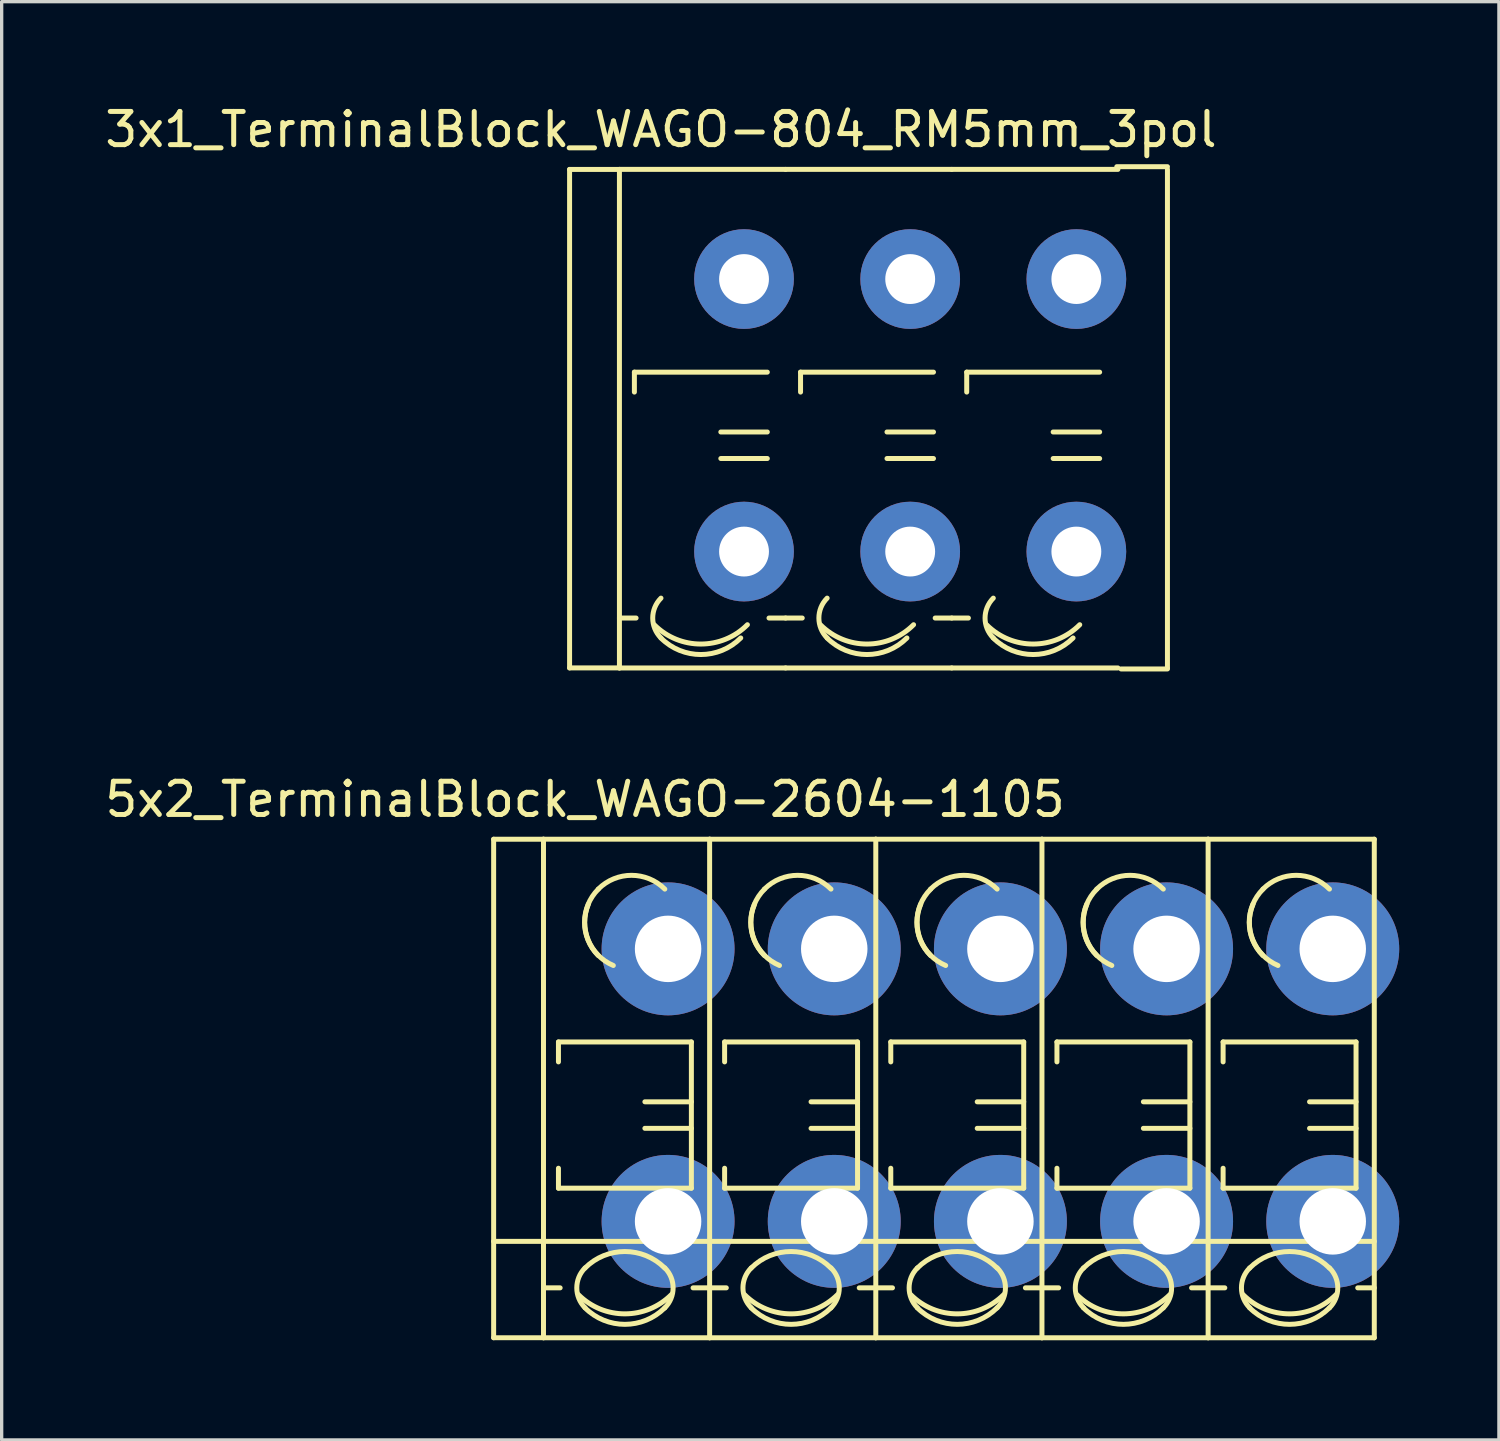
<source format=kicad_pcb>
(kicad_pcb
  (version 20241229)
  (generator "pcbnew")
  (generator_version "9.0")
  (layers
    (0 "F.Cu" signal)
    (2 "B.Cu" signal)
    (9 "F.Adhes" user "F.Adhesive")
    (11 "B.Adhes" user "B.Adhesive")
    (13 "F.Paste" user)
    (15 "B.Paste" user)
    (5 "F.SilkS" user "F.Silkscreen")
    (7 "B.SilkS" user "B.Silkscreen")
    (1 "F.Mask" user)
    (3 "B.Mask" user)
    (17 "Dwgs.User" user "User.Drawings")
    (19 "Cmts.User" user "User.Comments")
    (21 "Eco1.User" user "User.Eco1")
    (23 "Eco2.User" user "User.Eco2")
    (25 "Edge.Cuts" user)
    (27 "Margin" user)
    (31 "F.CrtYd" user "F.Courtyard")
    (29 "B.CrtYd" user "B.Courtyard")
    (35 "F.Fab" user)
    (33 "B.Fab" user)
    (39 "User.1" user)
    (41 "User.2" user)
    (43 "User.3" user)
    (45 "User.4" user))
  (footprint "5x2_TerminalBlock_WAGO-2604-1105"
    (layer "F.Cu")
    (at 14.554 30.503)
    (property "Reference" "5x2_TerminalBlock_WAGO-2604-1105" (at 0 -9.5 0) (layer "F.SilkS") (effects (font (size 1 1) (thickness 0.15))))
    (attr through_hole)
    (fp_line (start -2.75 -8.3) (end -1.25 -8.3) (stroke (width 0.15) (type solid)) (layer "F.SilkS"))
    (fp_line (start -2.75 6.7) (end -2.75 -8.3) (stroke (width 0.15) (type solid)) (layer "F.SilkS"))
    (fp_line (start -1.25 6.7) (end -2.75 6.7) (stroke (width 0.15) (type solid)) (layer "F.SilkS"))
    (fp_line (start -1.25 5.199) (end -0.749 5.199) (stroke (width 0.15) (type solid)) (layer "F.SilkS"))
    (fp_line (start -1.25 6.701) (end -1.25 -8.301) (stroke (width 0.15) (type solid)) (layer "F.SilkS"))
    (fp_line (start -0.8 -2.2) (end -0.8 -1.6) (stroke (width 0.15) (type solid)) (layer "F.SilkS"))
    (fp_line (start -0.8 -2.2) (end 3.2 -2.2) (stroke (width 0.15) (type solid)) (layer "F.SilkS"))
    (fp_line (start -0.8 2.2) (end -0.8 1.6) (stroke (width 0.15) (type solid)) (layer "F.SilkS"))
    (fp_line (start 3.2 -2.2) (end 3.2 2.2) (stroke (width 0.15) (type solid)) (layer "F.SilkS"))
    (fp_line (start 3.2 -0.399) (end 1.801 -0.399) (stroke (width 0.15) (type solid)) (layer "F.SilkS"))
    (fp_line (start 3.2 0.399) (end 1.801 0.399) (stroke (width 0.15) (type solid)) (layer "F.SilkS"))
    (fp_line (start 3.2 2.2) (end -0.8 2.2) (stroke (width 0.15) (type solid)) (layer "F.SilkS"))
    (fp_line (start 3.749 -8.301) (end -1.25 -8.301) (stroke (width 0.15) (type solid)) (layer "F.SilkS"))
    (fp_line (start 3.749 -8.301) (end 3.749 6.701) (stroke (width 0.15) (type solid)) (layer "F.SilkS"))
    (fp_line (start 3.749 5.199) (end 3.251 5.199) (stroke (width 0.15) (type solid)) (layer "F.SilkS"))
    (fp_line (start 3.749 6.701) (end -1.25 6.701) (stroke (width 0.15) (type solid)) (layer "F.SilkS"))
    (fp_line (start 3.75 3.8) (end -2.75 3.8) (stroke (width 0.15) (type solid)) (layer "F.SilkS"))
    (fp_line (start 3.75 3.8) (end 8.75 3.8) (stroke (width 0.15) (type solid)) (layer "F.SilkS"))
    (fp_line (start 3.75 5.199) (end 4.251 5.199) (stroke (width 0.15) (type solid)) (layer "F.SilkS"))
    (fp_line (start 4.2 -2.2) (end 4.2 -1.6) (stroke (width 0.15) (type solid)) (layer "F.SilkS"))
    (fp_line (start 4.2 -2.2) (end 8.2 -2.2) (stroke (width 0.15) (type solid)) (layer "F.SilkS"))
    (fp_line (start 4.2 2.2) (end 4.2 1.6) (stroke (width 0.15) (type solid)) (layer "F.SilkS"))
    (fp_line (start 8.2 -2.2) (end 8.2 2.2) (stroke (width 0.15) (type solid)) (layer "F.SilkS"))
    (fp_line (start 8.2 -0.399) (end 6.801 -0.399) (stroke (width 0.15) (type solid)) (layer "F.SilkS"))
    (fp_line (start 8.2 0.399) (end 6.801 0.399) (stroke (width 0.15) (type solid)) (layer "F.SilkS"))
    (fp_line (start 8.2 2.2) (end 4.2 2.2) (stroke (width 0.15) (type solid)) (layer "F.SilkS"))
    (fp_line (start 8.749 -8.301) (end 3.75 -8.301) (stroke (width 0.15) (type solid)) (layer "F.SilkS"))
    (fp_line (start 8.749 -8.301) (end 8.749 6.701) (stroke (width 0.15) (type solid)) (layer "F.SilkS"))
    (fp_line (start 8.749 5.199) (end 8.251 5.199) (stroke (width 0.15) (type solid)) (layer "F.SilkS"))
    (fp_line (start 8.749 6.701) (end 3.75 6.701) (stroke (width 0.15) (type solid)) (layer "F.SilkS"))
    (fp_line (start 8.75 3.8) (end 13.75 3.8) (stroke (width 0.15) (type solid)) (layer "F.SilkS"))
    (fp_line (start 8.75 5.199) (end 9.251 5.199) (stroke (width 0.15) (type solid)) (layer "F.SilkS"))
    (fp_line (start 9.2 -2.2) (end 9.2 -1.6) (stroke (width 0.15) (type solid)) (layer "F.SilkS"))
    (fp_line (start 9.2 -2.2) (end 13.2 -2.2) (stroke (width 0.15) (type solid)) (layer "F.SilkS"))
    (fp_line (start 9.2 2.2) (end 9.2 1.6) (stroke (width 0.15) (type solid)) (layer "F.SilkS"))
    (fp_line (start 13.2 -2.2) (end 13.2 2.2) (stroke (width 0.15) (type solid)) (layer "F.SilkS"))
    (fp_line (start 13.2 -0.399) (end 11.801 -0.399) (stroke (width 0.15) (type solid)) (layer "F.SilkS"))
    (fp_line (start 13.2 0.399) (end 11.801 0.399) (stroke (width 0.15) (type solid)) (layer "F.SilkS"))
    (fp_line (start 13.2 2.2) (end 9.2 2.2) (stroke (width 0.15) (type solid)) (layer "F.SilkS"))
    (fp_line (start 13.749 -8.301) (end 8.75 -8.301) (stroke (width 0.15) (type solid)) (layer "F.SilkS"))
    (fp_line (start 13.749 -8.301) (end 13.749 6.701) (stroke (width 0.15) (type solid)) (layer "F.SilkS"))
    (fp_line (start 13.749 5.199) (end 13.251 5.199) (stroke (width 0.15) (type solid)) (layer "F.SilkS"))
    (fp_line (start 13.749 6.701) (end 8.75 6.701) (stroke (width 0.15) (type solid)) (layer "F.SilkS"))
    (fp_line (start 13.75 3.8) (end 18.75 3.8) (stroke (width 0.15) (type solid)) (layer "F.SilkS"))
    (fp_line (start 13.75 5.199) (end 14.251 5.199) (stroke (width 0.15) (type solid)) (layer "F.SilkS"))
    (fp_line (start 14.2 -2.2) (end 14.2 -1.6) (stroke (width 0.15) (type solid)) (layer "F.SilkS"))
    (fp_line (start 14.2 -2.2) (end 18.2 -2.2) (stroke (width 0.15) (type solid)) (layer "F.SilkS"))
    (fp_line (start 14.2 2.2) (end 14.2 1.6) (stroke (width 0.15) (type solid)) (layer "F.SilkS"))
    (fp_line (start 18.2 -2.2) (end 18.2 2.2) (stroke (width 0.15) (type solid)) (layer "F.SilkS"))
    (fp_line (start 18.2 -0.399) (end 16.801 -0.399) (stroke (width 0.15) (type solid)) (layer "F.SilkS"))
    (fp_line (start 18.2 0.399) (end 16.801 0.399) (stroke (width 0.15) (type solid)) (layer "F.SilkS"))
    (fp_line (start 18.2 2.2) (end 14.2 2.2) (stroke (width 0.15) (type solid)) (layer "F.SilkS"))
    (fp_line (start 18.749 -8.301) (end 13.75 -8.301) (stroke (width 0.15) (type solid)) (layer "F.SilkS"))
    (fp_line (start 18.749 -8.301) (end 18.749 6.701) (stroke (width 0.15) (type solid)) (layer "F.SilkS"))
    (fp_line (start 18.749 5.199) (end 18.251 5.199) (stroke (width 0.15) (type solid)) (layer "F.SilkS"))
    (fp_line (start 18.749 6.701) (end 13.75 6.701) (stroke (width 0.15) (type solid)) (layer "F.SilkS"))
    (fp_line (start 18.75 3.8) (end 23.75 3.8) (stroke (width 0.15) (type solid)) (layer "F.SilkS"))
    (fp_line (start 18.75 5.199) (end 19.251 5.199) (stroke (width 0.15) (type solid)) (layer "F.SilkS"))
    (fp_line (start 19.2 -2.2) (end 19.2 -1.6) (stroke (width 0.15) (type solid)) (layer "F.SilkS"))
    (fp_line (start 19.2 -2.2) (end 23.2 -2.2) (stroke (width 0.15) (type solid)) (layer "F.SilkS"))
    (fp_line (start 19.2 2.2) (end 19.2 1.6) (stroke (width 0.15) (type solid)) (layer "F.SilkS"))
    (fp_line (start 23.2 -2.2) (end 23.2 2.2) (stroke (width 0.15) (type solid)) (layer "F.SilkS"))
    (fp_line (start 23.2 -0.399) (end 21.801 -0.399) (stroke (width 0.15) (type solid)) (layer "F.SilkS"))
    (fp_line (start 23.2 0.399) (end 21.801 0.399) (stroke (width 0.15) (type solid)) (layer "F.SilkS"))
    (fp_line (start 23.2 2.2) (end 19.2 2.2) (stroke (width 0.15) (type solid)) (layer "F.SilkS"))
    (fp_line (start 23.749 -8.301) (end 18.75 -8.301) (stroke (width 0.15) (type solid)) (layer "F.SilkS"))
    (fp_line (start 23.749 -8.301) (end 23.749 6.701) (stroke (width 0.15) (type solid)) (layer "F.SilkS"))
    (fp_line (start 23.749 5.199) (end 23.251 5.199) (stroke (width 0.15) (type solid)) (layer "F.SilkS"))
    (fp_line (start 23.749 6.701) (end 18.75 6.701) (stroke (width 0.15) (type solid)) (layer "F.SilkS"))
    (fp_arc (start 0 4.60248) (mid 1.19888 4.105888) (end 2.39776 4.60248) (stroke (width 0.15) (type solid)) (layer "F.SilkS"))
    (fp_arc (start 0 5.79882) (mid -0.248296 5.19938) (end 0 4.59994) (stroke (width 0.15) (type solid)) (layer "F.SilkS"))
    (fp_arc (start 0.39878 -6.79958) (mid 1.39954 -7.214108) (end 2.4003 -6.79958) (stroke (width 0.15) (type solid)) (layer "F.SilkS"))
    (fp_arc (start 0.39878 -4.8006) (mid -0.013952 -5.800616) (end 0.40132 -6.79958) (stroke (width 0.15) (type solid)) (layer "F.SilkS"))
    (fp_arc (start 0.8509 -4.50088) (mid 0.093811 -5.268985) (end 0.1016 -6.34746) (stroke (width 0.15) (type solid)) (layer "F.SilkS"))
    (fp_arc (start 2.4003 5.79882) (mid 1.200676 6.297208) (end 0 5.80136) (stroke (width 0.15) (type solid)) (layer "F.SilkS"))
    (fp_arc (start 2.40284 4.59994) (mid 2.650392 5.201176) (end 2.4003 5.80136) (stroke (width 0.15) (type solid)) (layer "F.SilkS"))
    (fp_arc (start 2.60096 5.40004) (mid 1.200676 5.981545) (end -0.20066 5.40258) (stroke (width 0.15) (type solid)) (layer "F.SilkS"))
    (fp_arc (start 5 4.60248) (mid 6.19888 4.105888) (end 7.39776 4.60248) (stroke (width 0.15) (type solid)) (layer "F.SilkS"))
    (fp_arc (start 5 5.79882) (mid 4.751704 5.19938) (end 5 4.59994) (stroke (width 0.15) (type solid)) (layer "F.SilkS"))
    (fp_arc (start 5.39878 -6.79958) (mid 6.39954 -7.214108) (end 7.4003 -6.79958) (stroke (width 0.15) (type solid)) (layer "F.SilkS"))
    (fp_arc (start 5.39878 -4.8006) (mid 4.986048 -5.800616) (end 5.40132 -6.79958) (stroke (width 0.15) (type solid)) (layer "F.SilkS"))
    (fp_arc (start 5.8509 -4.50088) (mid 5.093811 -5.268985) (end 5.1016 -6.34746) (stroke (width 0.15) (type solid)) (layer "F.SilkS"))
    (fp_arc (start 7.4003 5.79882) (mid 6.200676 6.297208) (end 5 5.80136) (stroke (width 0.15) (type solid)) (layer "F.SilkS"))
    (fp_arc (start 7.40284 4.59994) (mid 7.650392 5.201176) (end 7.4003 5.80136) (stroke (width 0.15) (type solid)) (layer "F.SilkS"))
    (fp_arc (start 7.60096 5.40004) (mid 6.200676 5.981545) (end 4.79934 5.40258) (stroke (width 0.15) (type solid)) (layer "F.SilkS"))
    (fp_arc (start 10 4.60248) (mid 11.19888 4.105888) (end 12.39776 4.60248) (stroke (width 0.15) (type solid)) (layer "F.SilkS"))
    (fp_arc (start 10 5.79882) (mid 9.751704 5.19938) (end 10 4.59994) (stroke (width 0.15) (type solid)) (layer "F.SilkS"))
    (fp_arc (start 10.39878 -6.79958) (mid 11.39954 -7.214108) (end 12.4003 -6.79958) (stroke (width 0.15) (type solid)) (layer "F.SilkS"))
    (fp_arc (start 10.39878 -4.8006) (mid 9.986048 -5.800616) (end 10.40132 -6.79958) (stroke (width 0.15) (type solid)) (layer "F.SilkS"))
    (fp_arc (start 10.8509 -4.50088) (mid 10.093811 -5.268985) (end 10.1016 -6.34746) (stroke (width 0.15) (type solid)) (layer "F.SilkS"))
    (fp_arc (start 12.4003 5.79882) (mid 11.200676 6.297208) (end 10 5.80136) (stroke (width 0.15) (type solid)) (layer "F.SilkS"))
    (fp_arc (start 12.40284 4.59994) (mid 12.650392 5.201176) (end 12.4003 5.80136) (stroke (width 0.15) (type solid)) (layer "F.SilkS"))
    (fp_arc (start 12.60096 5.40004) (mid 11.200676 5.981545) (end 9.79934 5.40258) (stroke (width 0.15) (type solid)) (layer "F.SilkS"))
    (fp_arc (start 15 4.60248) (mid 16.19888 4.105888) (end 17.39776 4.60248) (stroke (width 0.15) (type solid)) (layer "F.SilkS"))
    (fp_arc (start 15 5.79882) (mid 14.751704 5.19938) (end 15 4.59994) (stroke (width 0.15) (type solid)) (layer "F.SilkS"))
    (fp_arc (start 15.39878 -6.79958) (mid 16.39954 -7.214108) (end 17.4003 -6.79958) (stroke (width 0.15) (type solid)) (layer "F.SilkS"))
    (fp_arc (start 15.39878 -4.8006) (mid 14.986048 -5.800616) (end 15.40132 -6.79958) (stroke (width 0.15) (type solid)) (layer "F.SilkS"))
    (fp_arc (start 15.8509 -4.50088) (mid 15.093811 -5.268985) (end 15.1016 -6.34746) (stroke (width 0.15) (type solid)) (layer "F.SilkS"))
    (fp_arc (start 17.4003 5.79882) (mid 16.200676 6.297208) (end 15 5.80136) (stroke (width 0.15) (type solid)) (layer "F.SilkS"))
    (fp_arc (start 17.40284 4.59994) (mid 17.650392 5.201176) (end 17.4003 5.80136) (stroke (width 0.15) (type solid)) (layer "F.SilkS"))
    (fp_arc (start 17.60096 5.40004) (mid 16.200676 5.981545) (end 14.79934 5.40258) (stroke (width 0.15) (type solid)) (layer "F.SilkS"))
    (fp_arc (start 20 4.60248) (mid 21.19888 4.105888) (end 22.39776 4.60248) (stroke (width 0.15) (type solid)) (layer "F.SilkS"))
    (fp_arc (start 20 5.79882) (mid 19.751704 5.19938) (end 20 4.59994) (stroke (width 0.15) (type solid)) (layer "F.SilkS"))
    (fp_arc (start 20.39878 -6.79958) (mid 21.39954 -7.214108) (end 22.4003 -6.79958) (stroke (width 0.15) (type solid)) (layer "F.SilkS"))
    (fp_arc (start 20.39878 -4.8006) (mid 19.986048 -5.800616) (end 20.40132 -6.79958) (stroke (width 0.15) (type solid)) (layer "F.SilkS"))
    (fp_arc (start 20.8509 -4.50088) (mid 20.093811 -5.268985) (end 20.1016 -6.34746) (stroke (width 0.15) (type solid)) (layer "F.SilkS"))
    (fp_arc (start 22.4003 5.79882) (mid 21.200676 6.297208) (end 20 5.80136) (stroke (width 0.15) (type solid)) (layer "F.SilkS"))
    (fp_arc (start 22.40284 4.59994) (mid 22.650392 5.201176) (end 22.4003 5.80136) (stroke (width 0.15) (type solid)) (layer "F.SilkS"))
    (fp_arc (start 22.60096 5.40004) (mid 21.200676 5.981545) (end 19.79934 5.40258) (stroke (width 0.15) (type solid)) (layer "F.SilkS"))
    (pad "1" thru_hole circle (at 2.499 -5.001) (size 4 4) (drill 2) (layers "*.Cu" "*.Mask"))
    (pad "1" thru_hole circle (at 2.499 3.199) (size 4 4) (drill 2) (layers "*.Cu" "*.Mask"))
    (pad "2" thru_hole circle (at 7.499 -5.001) (size 4 4) (drill 2) (layers "*.Cu" "*.Mask"))
    (pad "2" thru_hole circle (at 7.499 3.199) (size 4 4) (drill 2) (layers "*.Cu" "*.Mask"))
    (pad "3" thru_hole circle (at 12.499 -5.001) (size 4 4) (drill 2) (layers "*.Cu" "*.Mask"))
    (pad "3" thru_hole circle (at 12.499 3.199) (size 4 4) (drill 2) (layers "*.Cu" "*.Mask"))
    (pad "4" thru_hole circle (at 17.499 -5.001) (size 4 4) (drill 2) (layers "*.Cu" "*.Mask"))
    (pad "4" thru_hole circle (at 17.499 3.199) (size 4 4) (drill 2) (layers "*.Cu" "*.Mask"))
    (pad "5" thru_hole circle (at 22.499 -5.001) (size 4 4) (drill 2) (layers "*.Cu" "*.Mask"))
    (pad "5" thru_hole circle (at 22.499 3.199) (size 4 4) (drill 2) (layers "*.Cu" "*.Mask")))
  (footprint "3x1_TerminalBlock_WAGO-804_RM5mm_3pol"
    (layer "F.Cu")
    (at 16.839 10.348)
    (property "Reference" "3x1_TerminalBlock_WAGO-804_RM5mm_3pol" (at 0 -9.5 0) (layer "F.SilkS") (effects (font (size 1 1) (thickness 0.15))))
    (attr through_hole)
    (fp_line (start -2.75 -8.3) (end -1.25 -8.3) (stroke (width 0.15) (type solid)) (layer "F.SilkS"))
    (fp_line (start -2.75 6.7) (end -2.75 -8.3) (stroke (width 0.15) (type solid)) (layer "F.SilkS"))
    (fp_line (start -1.25 6.7) (end -2.75 6.7) (stroke (width 0.15) (type solid)) (layer "F.SilkS"))
    (fp_line (start -1.25 5.199) (end -0.749 5.199) (stroke (width 0.15) (type solid)) (layer "F.SilkS"))
    (fp_line (start -1.25 6.701) (end -1.25 -8.301) (stroke (width 0.15) (type solid)) (layer "F.SilkS"))
    (fp_line (start -0.8 -2.2) (end -0.8 -1.6) (stroke (width 0.15) (type solid)) (layer "F.SilkS"))
    (fp_line (start -0.8 -2.2) (end 3.2 -2.2) (stroke (width 0.15) (type solid)) (layer "F.SilkS"))
    (fp_line (start 3.2 -0.399) (end 1.801 -0.399) (stroke (width 0.15) (type solid)) (layer "F.SilkS"))
    (fp_line (start 3.2 0.399) (end 1.801 0.399) (stroke (width 0.15) (type solid)) (layer "F.SilkS"))
    (fp_line (start 3.749 -8.301) (end -1.25 -8.301) (stroke (width 0.15) (type solid)) (layer "F.SilkS"))
    (fp_line (start 3.749 5.199) (end 3.251 5.199) (stroke (width 0.15) (type solid)) (layer "F.SilkS"))
    (fp_line (start 3.749 6.701) (end -1.25 6.701) (stroke (width 0.15) (type solid)) (layer "F.SilkS"))
    (fp_line (start 3.75 5.199) (end 4.251 5.199) (stroke (width 0.15) (type solid)) (layer "F.SilkS"))
    (fp_line (start 4.2 -2.2) (end 4.2 -1.6) (stroke (width 0.15) (type solid)) (layer "F.SilkS"))
    (fp_line (start 4.2 -2.2) (end 8.2 -2.2) (stroke (width 0.15) (type solid)) (layer "F.SilkS"))
    (fp_line (start 8.2 -0.399) (end 6.801 -0.399) (stroke (width 0.15) (type solid)) (layer "F.SilkS"))
    (fp_line (start 8.2 0.399) (end 6.801 0.399) (stroke (width 0.15) (type solid)) (layer "F.SilkS"))
    (fp_line (start 8.749 -8.301) (end 3.75 -8.301) (stroke (width 0.15) (type solid)) (layer "F.SilkS"))
    (fp_line (start 8.749 5.199) (end 8.251 5.199) (stroke (width 0.15) (type solid)) (layer "F.SilkS"))
    (fp_line (start 8.749 6.701) (end 3.75 6.701) (stroke (width 0.15) (type solid)) (layer "F.SilkS"))
    (fp_line (start 8.75 5.199) (end 9.251 5.199) (stroke (width 0.15) (type solid)) (layer "F.SilkS"))
    (fp_line (start 9.2 -2.2) (end 9.2 -1.6) (stroke (width 0.15) (type solid)) (layer "F.SilkS"))
    (fp_line (start 9.2 -2.2) (end 13.2 -2.2) (stroke (width 0.15) (type solid)) (layer "F.SilkS"))
    (fp_line (start 13.2 -0.399) (end 11.801 -0.399) (stroke (width 0.15) (type solid)) (layer "F.SilkS"))
    (fp_line (start 13.2 0.399) (end 11.801 0.399) (stroke (width 0.15) (type solid)) (layer "F.SilkS"))
    (fp_line (start 13.716 -8.382) (end 15.24 -8.382) (stroke (width 0.15) (type solid)) (layer "F.SilkS"))
    (fp_line (start 13.749 -8.301) (end 8.75 -8.301) (stroke (width 0.15) (type solid)) (layer "F.SilkS"))
    (fp_line (start 13.749 6.701) (end 8.75 6.701) (stroke (width 0.15) (type solid)) (layer "F.SilkS"))
    (fp_line (start 13.843 6.731) (end 15.24 6.731) (stroke (width 0.15) (type solid)) (layer "F.SilkS"))
    (fp_line (start 15.24 -8.301) (end 15.24 6.701) (stroke (width 0.15) (type solid)) (layer "F.SilkS"))
    (fp_arc (start 0 5.79882) (mid -0.248296 5.19938) (end 0 4.59994) (stroke (width 0.15) (type solid)) (layer "F.SilkS"))
    (fp_arc (start 2.4003 5.79882) (mid 1.200676 6.297208) (end 0 5.80136) (stroke (width 0.15) (type solid)) (layer "F.SilkS"))
    (fp_arc (start 2.60096 5.40004) (mid 1.200676 5.981545) (end -0.20066 5.40258) (stroke (width 0.15) (type solid)) (layer "F.SilkS"))
    (fp_arc (start 5 5.79882) (mid 4.751704 5.19938) (end 5 4.59994) (stroke (width 0.15) (type solid)) (layer "F.SilkS"))
    (fp_arc (start 7.4003 5.79882) (mid 6.200676 6.297208) (end 5 5.80136) (stroke (width 0.15) (type solid)) (layer "F.SilkS"))
    (fp_arc (start 7.60096 5.40004) (mid 6.200676 5.981545) (end 4.79934 5.40258) (stroke (width 0.15) (type solid)) (layer "F.SilkS"))
    (fp_arc (start 10 5.79882) (mid 9.751704 5.19938) (end 10 4.59994) (stroke (width 0.15) (type solid)) (layer "F.SilkS"))
    (fp_arc (start 12.4003 5.79882) (mid 11.200676 6.297208) (end 10 5.80136) (stroke (width 0.15) (type solid)) (layer "F.SilkS"))
    (fp_arc (start 12.60096 5.40004) (mid 11.200676 5.981545) (end 9.79934 5.40258) (stroke (width 0.15) (type solid)) (layer "F.SilkS"))
    (pad "1" thru_hole circle (at 2.499 -5.001) (size 3 3) (drill 1.5) (layers "*.Cu" "*.Mask"))
    (pad "1" thru_hole circle (at 2.499 3.199) (size 3 3) (drill 1.5) (layers "*.Cu" "*.Mask"))
    (pad "2" thru_hole circle (at 7.499 -5.001) (size 3 3) (drill 1.5) (layers "*.Cu" "*.Mask"))
    (pad "2" thru_hole circle (at 7.499 3.199) (size 3 3) (drill 1.5) (layers "*.Cu" "*.Mask"))
    (pad "3" thru_hole circle (at 12.499 -5.001) (size 3 3) (drill 1.5) (layers "*.Cu" "*.Mask"))
    (pad "3" thru_hole circle (at 12.499 3.199) (size 3 3) (drill 1.5) (layers "*.Cu" "*.Mask")))
  (gr_rect
    (start -3 -3)
    (end 42.053 40.278)
    (stroke (width 0.1) (type default))
    (fill no)
    (layer "Edge.Cuts")))
</source>
